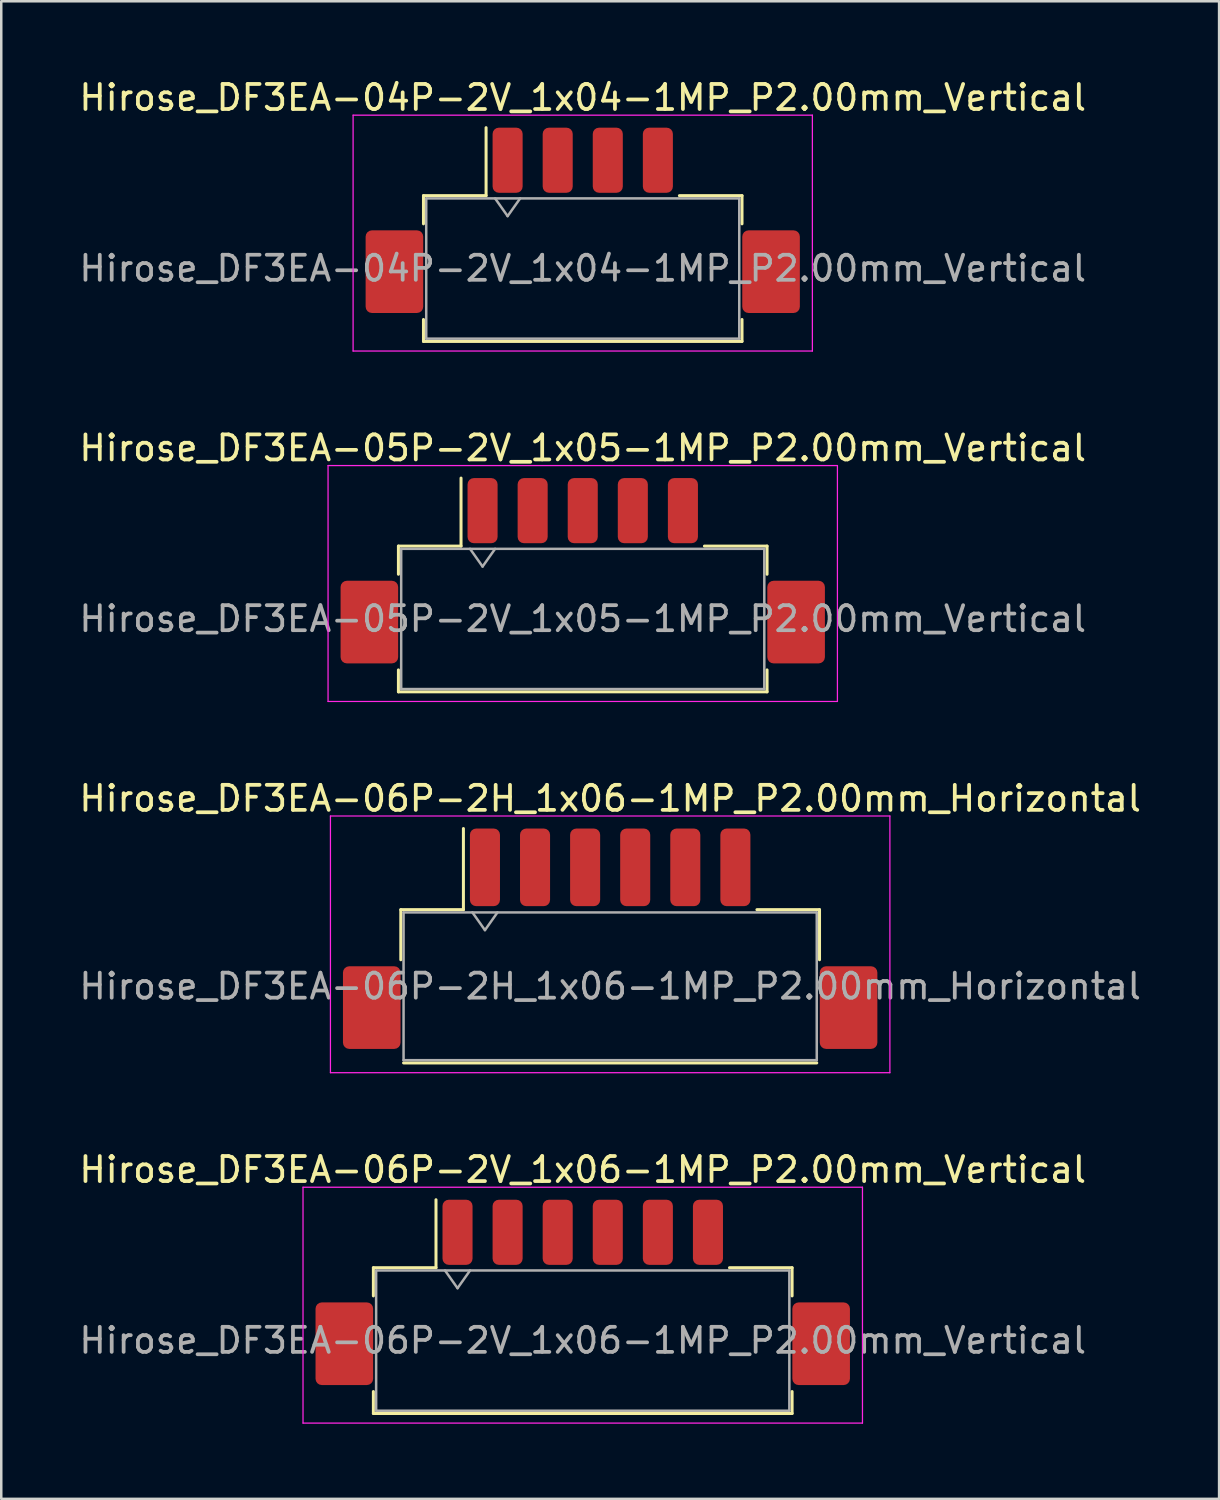
<source format=kicad_pcb>
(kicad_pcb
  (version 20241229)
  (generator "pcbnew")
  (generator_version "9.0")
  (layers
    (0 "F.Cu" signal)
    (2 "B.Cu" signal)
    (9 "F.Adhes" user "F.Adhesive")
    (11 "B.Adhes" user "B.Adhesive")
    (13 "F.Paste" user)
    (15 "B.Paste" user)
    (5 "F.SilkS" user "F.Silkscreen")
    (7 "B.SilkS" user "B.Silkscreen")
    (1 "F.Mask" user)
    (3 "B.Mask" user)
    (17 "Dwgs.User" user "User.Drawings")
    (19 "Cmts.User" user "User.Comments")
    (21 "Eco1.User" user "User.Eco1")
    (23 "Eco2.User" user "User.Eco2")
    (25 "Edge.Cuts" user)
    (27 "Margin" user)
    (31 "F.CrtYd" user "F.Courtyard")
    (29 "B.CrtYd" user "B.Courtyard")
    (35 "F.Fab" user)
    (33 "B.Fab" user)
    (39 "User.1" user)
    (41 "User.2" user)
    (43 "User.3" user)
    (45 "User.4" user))
  (footprint "Hirose_DF3EA-04P-2V_1x04-1MP_P2.00mm_Vertical"
    (layer "F.Cu")
    (at 20.22 5.748)
    (property "Reference" "Hirose_DF3EA-04P-2V_1x04-1MP_P2.00mm_Vertical" (at 0 -4.9 0) (layer "F.SilkS") (effects (font (size 1 1) (thickness 0.15))))
    (attr smd)
    (fp_line (start -6.36 -0.985) (end -3.86 -0.985) (stroke (width 0.12) (type solid)) (layer "F.SilkS"))
    (fp_line (start -6.36 0.14) (end -6.36 -0.985) (stroke (width 0.12) (type solid)) (layer "F.SilkS"))
    (fp_line (start -6.36 3.96) (end -6.36 4.835) (stroke (width 0.12) (type solid)) (layer "F.SilkS"))
    (fp_line (start -6.36 4.835) (end 6.36 4.835) (stroke (width 0.12) (type solid)) (layer "F.SilkS"))
    (fp_line (start -3.86 -0.985) (end -3.86 -3.7) (stroke (width 0.12) (type solid)) (layer "F.SilkS"))
    (fp_line (start 6.36 -0.985) (end 3.86 -0.985) (stroke (width 0.12) (type solid)) (layer "F.SilkS"))
    (fp_line (start 6.36 0.14) (end 6.36 -0.985) (stroke (width 0.12) (type solid)) (layer "F.SilkS"))
    (fp_line (start 6.36 4.835) (end 6.36 3.96) (stroke (width 0.12) (type solid)) (layer "F.SilkS"))
    (fp_line (start -9.17 -4.2) (end -9.17 5.22) (stroke (width 0.05) (type solid)) (layer "F.CrtYd"))
    (fp_line (start -9.17 5.22) (end 9.17 5.22) (stroke (width 0.05) (type solid)) (layer "F.CrtYd"))
    (fp_line (start 9.17 -4.2) (end -9.17 -4.2) (stroke (width 0.05) (type solid)) (layer "F.CrtYd"))
    (fp_line (start 9.17 5.22) (end 9.17 -4.2) (stroke (width 0.05) (type solid)) (layer "F.CrtYd"))
    (fp_line (start -6.25 -0.875) (end -6.25 4.725) (stroke (width 0.1) (type solid)) (layer "F.Fab"))
    (fp_line (start -6.25 -0.875) (end 6.25 -0.875) (stroke (width 0.1) (type solid)) (layer "F.Fab"))
    (fp_line (start -6.25 4.725) (end 6.25 4.725) (stroke (width 0.1) (type solid)) (layer "F.Fab"))
    (fp_line (start -3.5 -0.875) (end -3 -0.168) (stroke (width 0.1) (type solid)) (layer "F.Fab"))
    (fp_line (start -3 -0.168) (end -2.5 -0.875) (stroke (width 0.1) (type solid)) (layer "F.Fab"))
    (fp_line (start 6.25 -0.875) (end 6.25 4.725) (stroke (width 0.1) (type solid)) (layer "F.Fab"))
    (fp_text user "${REFERENCE}" (at 0 1.92 0) (layer "F.Fab") (effects (font (size 1 1) (thickness 0.15))))
    (pad "1" smd roundrect (at -3 -2.4) (size 1.2 2.6) (layers "F.Cu" "F.Mask" "F.Paste") (roundrect_rratio 0.208))
    (pad "2" smd roundrect (at -1 -2.4) (size 1.2 2.6) (layers "F.Cu" "F.Mask" "F.Paste") (roundrect_rratio 0.208))
    (pad "3" smd roundrect (at 1 -2.4) (size 1.2 2.6) (layers "F.Cu" "F.Mask" "F.Paste") (roundrect_rratio 0.208))
    (pad "4" smd roundrect (at 3 -2.4) (size 1.2 2.6) (layers "F.Cu" "F.Mask" "F.Paste") (roundrect_rratio 0.208))
    (pad "MP" smd roundrect (at -7.52 2.05) (size 2.3 3.3) (layers "F.Cu" "F.Mask" "F.Paste") (roundrect_rratio 0.109))
    (pad "MP" smd roundrect (at 7.52 2.05) (size 2.3 3.3) (layers "F.Cu" "F.Mask" "F.Paste") (roundrect_rratio 0.109)))
  (footprint "Hirose_DF3EA-06P-2V_1x06-1MP_P2.00mm_Vertical"
    (layer "F.Cu")
    (at 20.22 48.558)
    (property "Reference" "Hirose_DF3EA-06P-2V_1x06-1MP_P2.00mm_Vertical" (at 0 -4.9 0) (layer "F.SilkS") (effects (font (size 1 1) (thickness 0.15))))
    (attr smd)
    (fp_line (start -8.36 -0.985) (end -5.86 -0.985) (stroke (width 0.12) (type solid)) (layer "F.SilkS"))
    (fp_line (start -8.36 0.14) (end -8.36 -0.985) (stroke (width 0.12) (type solid)) (layer "F.SilkS"))
    (fp_line (start -8.36 3.96) (end -8.36 4.835) (stroke (width 0.12) (type solid)) (layer "F.SilkS"))
    (fp_line (start -8.36 4.835) (end 8.36 4.835) (stroke (width 0.12) (type solid)) (layer "F.SilkS"))
    (fp_line (start -5.86 -0.985) (end -5.86 -3.7) (stroke (width 0.12) (type solid)) (layer "F.SilkS"))
    (fp_line (start 8.36 -0.985) (end 5.86 -0.985) (stroke (width 0.12) (type solid)) (layer "F.SilkS"))
    (fp_line (start 8.36 0.14) (end 8.36 -0.985) (stroke (width 0.12) (type solid)) (layer "F.SilkS"))
    (fp_line (start 8.36 4.835) (end 8.36 3.96) (stroke (width 0.12) (type solid)) (layer "F.SilkS"))
    (fp_line (start -11.17 -4.2) (end -11.17 5.22) (stroke (width 0.05) (type solid)) (layer "F.CrtYd"))
    (fp_line (start -11.17 5.22) (end 11.17 5.22) (stroke (width 0.05) (type solid)) (layer "F.CrtYd"))
    (fp_line (start 11.17 -4.2) (end -11.17 -4.2) (stroke (width 0.05) (type solid)) (layer "F.CrtYd"))
    (fp_line (start 11.17 5.22) (end 11.17 -4.2) (stroke (width 0.05) (type solid)) (layer "F.CrtYd"))
    (fp_line (start -8.25 -0.875) (end -8.25 4.725) (stroke (width 0.1) (type solid)) (layer "F.Fab"))
    (fp_line (start -8.25 -0.875) (end 8.25 -0.875) (stroke (width 0.1) (type solid)) (layer "F.Fab"))
    (fp_line (start -8.25 4.725) (end 8.25 4.725) (stroke (width 0.1) (type solid)) (layer "F.Fab"))
    (fp_line (start -5.5 -0.875) (end -5 -0.168) (stroke (width 0.1) (type solid)) (layer "F.Fab"))
    (fp_line (start -5 -0.168) (end -4.5 -0.875) (stroke (width 0.1) (type solid)) (layer "F.Fab"))
    (fp_line (start 8.25 -0.875) (end 8.25 4.725) (stroke (width 0.1) (type solid)) (layer "F.Fab"))
    (fp_text user "${REFERENCE}" (at 0 1.92 0) (layer "F.Fab") (effects (font (size 1 1) (thickness 0.15))))
    (pad "1" smd roundrect (at -5 -2.4) (size 1.2 2.6) (layers "F.Cu" "F.Mask" "F.Paste") (roundrect_rratio 0.208))
    (pad "2" smd roundrect (at -3 -2.4) (size 1.2 2.6) (layers "F.Cu" "F.Mask" "F.Paste") (roundrect_rratio 0.208))
    (pad "3" smd roundrect (at -1 -2.4) (size 1.2 2.6) (layers "F.Cu" "F.Mask" "F.Paste") (roundrect_rratio 0.208))
    (pad "4" smd roundrect (at 1 -2.4) (size 1.2 2.6) (layers "F.Cu" "F.Mask" "F.Paste") (roundrect_rratio 0.208))
    (pad "5" smd roundrect (at 3 -2.4) (size 1.2 2.6) (layers "F.Cu" "F.Mask" "F.Paste") (roundrect_rratio 0.208))
    (pad "6" smd roundrect (at 5 -2.4) (size 1.2 2.6) (layers "F.Cu" "F.Mask" "F.Paste") (roundrect_rratio 0.208))
    (pad "MP" smd roundrect (at -9.52 2.05) (size 2.3 3.3) (layers "F.Cu" "F.Mask" "F.Paste") (roundrect_rratio 0.109))
    (pad "MP" smd roundrect (at 9.52 2.05) (size 2.3 3.3) (layers "F.Cu" "F.Mask" "F.Paste") (roundrect_rratio 0.109)))
  (footprint "Hirose_DF3EA-06P-2H_1x06-1MP_P2.00mm_Horizontal"
    (layer "F.Cu")
    (at 21.315 34.435)
    (property "Reference" "Hirose_DF3EA-06P-2H_1x06-1MP_P2.00mm_Horizontal" (at 0 -5.6 0) (layer "F.SilkS") (effects (font (size 1 1) (thickness 0.15))))
    (attr smd)
    (fp_line (start -8.36 -1.16) (end -5.86 -1.16) (stroke (width 0.12) (type solid)) (layer "F.SilkS"))
    (fp_line (start -8.36 0.84) (end -8.36 -1.16) (stroke (width 0.12) (type solid)) (layer "F.SilkS"))
    (fp_line (start -8.25 4.96) (end 8.25 4.96) (stroke (width 0.12) (type solid)) (layer "F.SilkS"))
    (fp_line (start -5.86 -1.16) (end -5.86 -4.4) (stroke (width 0.12) (type solid)) (layer "F.SilkS"))
    (fp_line (start 8.36 -1.16) (end 5.86 -1.16) (stroke (width 0.12) (type solid)) (layer "F.SilkS"))
    (fp_line (start 8.36 0.84) (end 8.36 -1.16) (stroke (width 0.12) (type solid)) (layer "F.SilkS"))
    (fp_line (start -11.17 -4.9) (end -11.17 5.35) (stroke (width 0.05) (type solid)) (layer "F.CrtYd"))
    (fp_line (start -11.17 5.35) (end 11.17 5.35) (stroke (width 0.05) (type solid)) (layer "F.CrtYd"))
    (fp_line (start 11.17 -4.9) (end -11.17 -4.9) (stroke (width 0.05) (type solid)) (layer "F.CrtYd"))
    (fp_line (start 11.17 5.35) (end 11.17 -4.9) (stroke (width 0.05) (type solid)) (layer "F.CrtYd"))
    (fp_line (start -8.25 -1.05) (end -8.25 4.85) (stroke (width 0.1) (type solid)) (layer "F.Fab"))
    (fp_line (start -8.25 -1.05) (end 8.25 -1.05) (stroke (width 0.1) (type solid)) (layer "F.Fab"))
    (fp_line (start -8.25 4.85) (end 8.25 4.85) (stroke (width 0.1) (type solid)) (layer "F.Fab"))
    (fp_line (start -5.5 -1.05) (end -5 -0.343) (stroke (width 0.1) (type solid)) (layer "F.Fab"))
    (fp_line (start -5 -0.343) (end -4.5 -1.05) (stroke (width 0.1) (type solid)) (layer "F.Fab"))
    (fp_line (start 8.25 -1.05) (end 8.25 4.85) (stroke (width 0.1) (type solid)) (layer "F.Fab"))
    (fp_text user "${REFERENCE}" (at 0 1.9 0) (layer "F.Fab") (effects (font (size 1 1) (thickness 0.15))))
    (pad "1" smd roundrect (at -5 -2.85) (size 1.2 3.1) (layers "F.Cu" "F.Mask" "F.Paste") (roundrect_rratio 0.208))
    (pad "2" smd roundrect (at -3 -2.85) (size 1.2 3.1) (layers "F.Cu" "F.Mask" "F.Paste") (roundrect_rratio 0.208))
    (pad "3" smd roundrect (at -1 -2.85) (size 1.2 3.1) (layers "F.Cu" "F.Mask" "F.Paste") (roundrect_rratio 0.208))
    (pad "4" smd roundrect (at 1 -2.85) (size 1.2 3.1) (layers "F.Cu" "F.Mask" "F.Paste") (roundrect_rratio 0.208))
    (pad "5" smd roundrect (at 3 -2.85) (size 1.2 3.1) (layers "F.Cu" "F.Mask" "F.Paste") (roundrect_rratio 0.208))
    (pad "6" smd roundrect (at 5 -2.85) (size 1.2 3.1) (layers "F.Cu" "F.Mask" "F.Paste") (roundrect_rratio 0.208))
    (pad "MP" smd roundrect (at -9.52 2.75) (size 2.3 3.3) (layers "F.Cu" "F.Mask" "F.Paste") (roundrect_rratio 0.109))
    (pad "MP" smd roundrect (at 9.52 2.75) (size 2.3 3.3) (layers "F.Cu" "F.Mask" "F.Paste") (roundrect_rratio 0.109)))
  (footprint "Hirose_DF3EA-05P-2V_1x05-1MP_P2.00mm_Vertical"
    (layer "F.Cu")
    (at 20.22 19.741)
    (property "Reference" "Hirose_DF3EA-05P-2V_1x05-1MP_P2.00mm_Vertical" (at 0 -4.9 0) (layer "F.SilkS") (effects (font (size 1 1) (thickness 0.15))))
    (attr smd)
    (fp_line (start -7.36 -0.985) (end -4.86 -0.985) (stroke (width 0.12) (type solid)) (layer "F.SilkS"))
    (fp_line (start -7.36 0.14) (end -7.36 -0.985) (stroke (width 0.12) (type solid)) (layer "F.SilkS"))
    (fp_line (start -7.36 3.96) (end -7.36 4.835) (stroke (width 0.12) (type solid)) (layer "F.SilkS"))
    (fp_line (start -7.36 4.835) (end 7.36 4.835) (stroke (width 0.12) (type solid)) (layer "F.SilkS"))
    (fp_line (start -4.86 -0.985) (end -4.86 -3.7) (stroke (width 0.12) (type solid)) (layer "F.SilkS"))
    (fp_line (start 7.36 -0.985) (end 4.86 -0.985) (stroke (width 0.12) (type solid)) (layer "F.SilkS"))
    (fp_line (start 7.36 0.14) (end 7.36 -0.985) (stroke (width 0.12) (type solid)) (layer "F.SilkS"))
    (fp_line (start 7.36 4.835) (end 7.36 3.96) (stroke (width 0.12) (type solid)) (layer "F.SilkS"))
    (fp_line (start -10.17 -4.2) (end -10.17 5.22) (stroke (width 0.05) (type solid)) (layer "F.CrtYd"))
    (fp_line (start -10.17 5.22) (end 10.17 5.22) (stroke (width 0.05) (type solid)) (layer "F.CrtYd"))
    (fp_line (start 10.17 -4.2) (end -10.17 -4.2) (stroke (width 0.05) (type solid)) (layer "F.CrtYd"))
    (fp_line (start 10.17 5.22) (end 10.17 -4.2) (stroke (width 0.05) (type solid)) (layer "F.CrtYd"))
    (fp_line (start -7.25 -0.875) (end -7.25 4.725) (stroke (width 0.1) (type solid)) (layer "F.Fab"))
    (fp_line (start -7.25 -0.875) (end 7.25 -0.875) (stroke (width 0.1) (type solid)) (layer "F.Fab"))
    (fp_line (start -7.25 4.725) (end 7.25 4.725) (stroke (width 0.1) (type solid)) (layer "F.Fab"))
    (fp_line (start -4.5 -0.875) (end -4 -0.168) (stroke (width 0.1) (type solid)) (layer "F.Fab"))
    (fp_line (start -4 -0.168) (end -3.5 -0.875) (stroke (width 0.1) (type solid)) (layer "F.Fab"))
    (fp_line (start 7.25 -0.875) (end 7.25 4.725) (stroke (width 0.1) (type solid)) (layer "F.Fab"))
    (fp_text user "${REFERENCE}" (at 0 1.92 0) (layer "F.Fab") (effects (font (size 1 1) (thickness 0.15))))
    (pad "1" smd roundrect (at -4 -2.4) (size 1.2 2.6) (layers "F.Cu" "F.Mask" "F.Paste") (roundrect_rratio 0.208))
    (pad "2" smd roundrect (at -2 -2.4) (size 1.2 2.6) (layers "F.Cu" "F.Mask" "F.Paste") (roundrect_rratio 0.208))
    (pad "3" smd roundrect (at 0 -2.4) (size 1.2 2.6) (layers "F.Cu" "F.Mask" "F.Paste") (roundrect_rratio 0.208))
    (pad "4" smd roundrect (at 2 -2.4) (size 1.2 2.6) (layers "F.Cu" "F.Mask" "F.Paste") (roundrect_rratio 0.208))
    (pad "5" smd roundrect (at 4 -2.4) (size 1.2 2.6) (layers "F.Cu" "F.Mask" "F.Paste") (roundrect_rratio 0.208))
    (pad "MP" smd roundrect (at -8.52 2.05) (size 2.3 3.3) (layers "F.Cu" "F.Mask" "F.Paste") (roundrect_rratio 0.109))
    (pad "MP" smd roundrect (at 8.52 2.05) (size 2.3 3.3) (layers "F.Cu" "F.Mask" "F.Paste") (roundrect_rratio 0.109)))
  (gr_rect
    (start -3 -3)
    (end 45.631 56.803)
    (stroke (width 0.1) (type default))
    (fill no)
    (layer "Edge.Cuts")))
</source>
